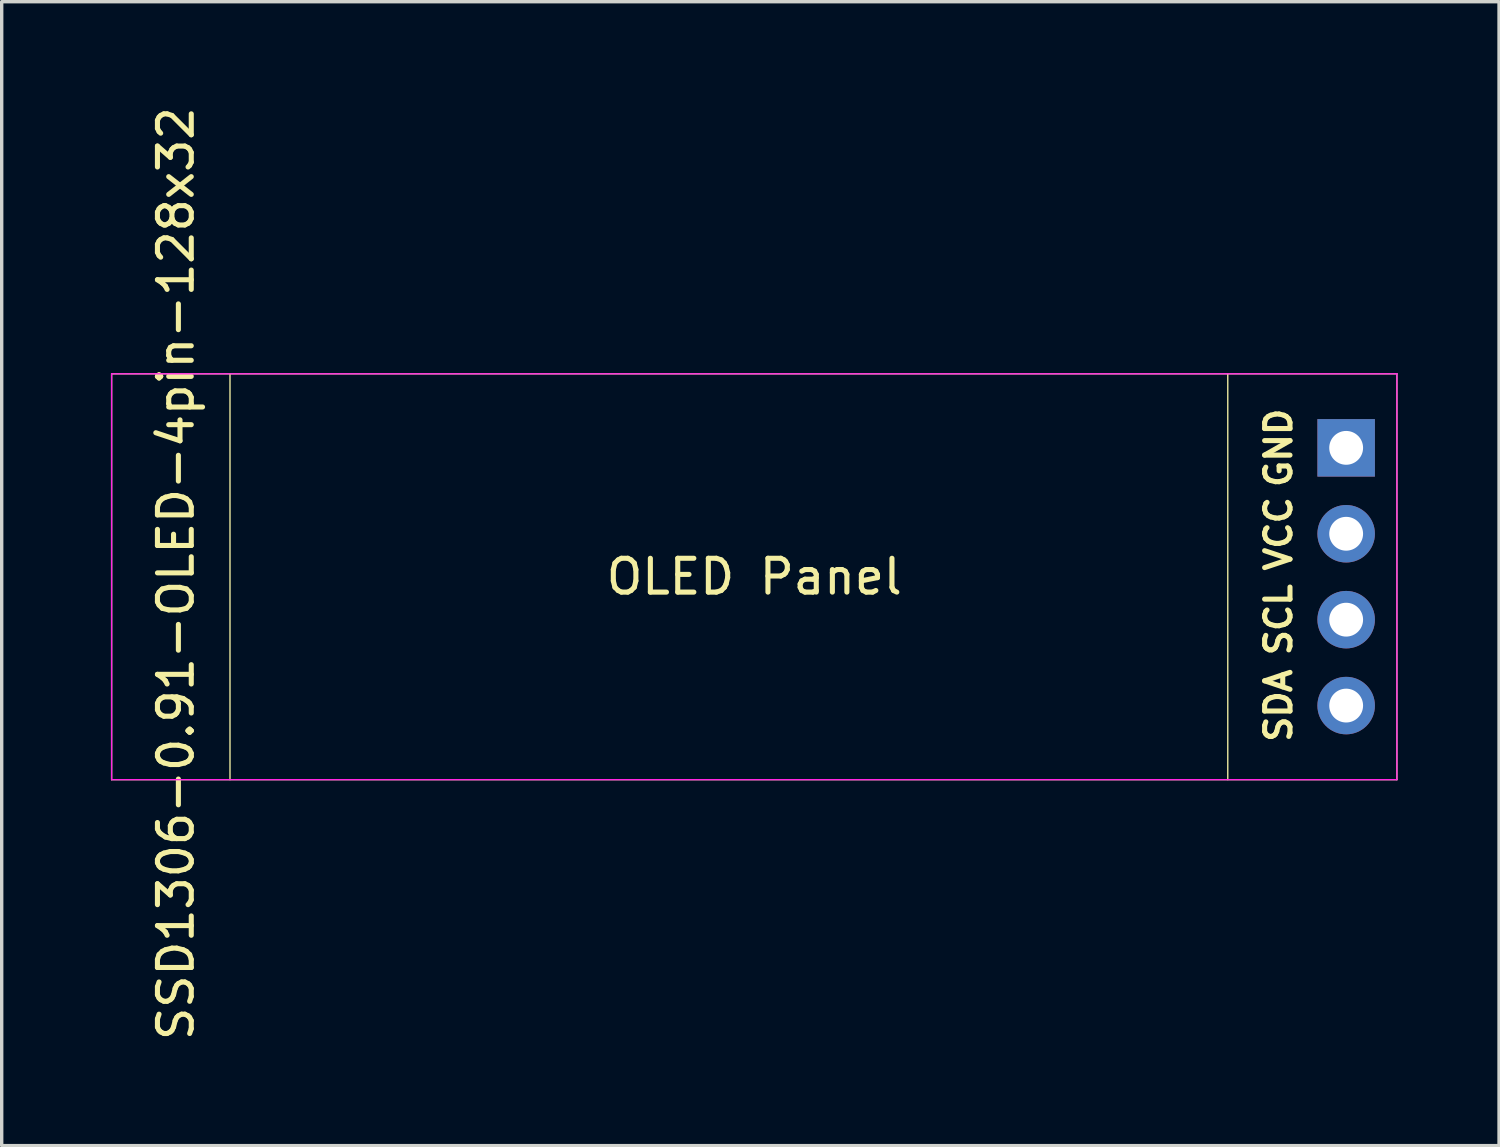
<source format=kicad_pcb>
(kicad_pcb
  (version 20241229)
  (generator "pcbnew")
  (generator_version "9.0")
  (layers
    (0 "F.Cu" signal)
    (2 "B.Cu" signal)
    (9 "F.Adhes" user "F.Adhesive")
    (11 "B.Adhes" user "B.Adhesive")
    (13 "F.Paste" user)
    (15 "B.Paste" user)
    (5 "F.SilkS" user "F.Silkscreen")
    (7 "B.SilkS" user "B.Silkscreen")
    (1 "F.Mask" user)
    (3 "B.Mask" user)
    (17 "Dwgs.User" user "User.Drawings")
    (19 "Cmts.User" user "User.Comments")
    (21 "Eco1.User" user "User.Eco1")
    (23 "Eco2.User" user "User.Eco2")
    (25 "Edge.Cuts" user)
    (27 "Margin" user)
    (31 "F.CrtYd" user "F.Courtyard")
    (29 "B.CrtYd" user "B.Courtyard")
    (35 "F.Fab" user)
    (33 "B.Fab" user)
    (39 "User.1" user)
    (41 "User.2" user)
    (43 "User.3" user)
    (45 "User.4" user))
  (footprint "SSD1306-0.91-OLED-4pin-128x32"
    (layer "F.Cu")
    (at 0.25 8.001)
    (property "Reference" "SSD1306-0.91-OLED-4pin-128x32" (at 1.9 5.91 90) (layer "F.SilkS") (effects (font (size 1 1) (thickness 0.15))))
    (attr through_hole)
    (fp_line (start 0 0) (end 0 12) (stroke (width 0.04) (type solid)) (layer "F.SilkS"))
    (fp_line (start 0 12) (end 38 12) (stroke (width 0.04) (type solid)) (layer "F.SilkS"))
    (fp_line (start 3.5 0) (end 3.5 12) (stroke (width 0.04) (type solid)) (layer "F.SilkS"))
    (fp_line (start 33 0) (end 33 12) (stroke (width 0.04) (type solid)) (layer "F.SilkS"))
    (fp_line (start 38 0) (end 0 0) (stroke (width 0.04) (type solid)) (layer "F.SilkS"))
    (fp_line (start 38 12) (end 38 0) (stroke (width 0.04) (type solid)) (layer "F.SilkS"))
    (fp_line (start 0 0) (end 0 12) (stroke (width 0.04) (type solid)) (layer "F.CrtYd"))
    (fp_line (start 0 12) (end 38 12) (stroke (width 0.04) (type solid)) (layer "F.CrtYd"))
    (fp_line (start 38 0) (end 0 0) (stroke (width 0.04) (type solid)) (layer "F.CrtYd"))
    (fp_line (start 38 12) (end 38 0) (stroke (width 0.04) (type solid)) (layer "F.CrtYd"))
    (fp_text user "SDA" (at 34.5 9.81 270) (layer "F.SilkS") (effects (font (size 0.75 0.75) (thickness 0.15))))
    (fp_text user "VCC" (at 34.5 4.73 270) (layer "F.SilkS") (effects (font (size 0.75 0.75) (thickness 0.15))))
    (fp_text user "OLED Panel" (at 19 6 0) (layer "F.SilkS") (effects (font (size 1 1) (thickness 0.15))))
    (fp_text user "SCL" (at 34.5 7.27 270) (layer "F.SilkS") (effects (font (size 0.75 0.75) (thickness 0.15))))
    (fp_text user "GND" (at 34.5 2.19 270) (layer "F.SilkS") (effects (font (size 0.75 0.75) (thickness 0.15))))
    (pad "1" thru_hole rect (at 36.5 2.19) (size 1.7 1.7) (drill 1) (layers "*.Cu" "*.Mask"))
    (pad "2" thru_hole oval (at 36.5 4.73) (size 1.7 1.7) (drill 1) (layers "*.Cu" "*.Mask"))
    (pad "3" thru_hole oval (at 36.5 7.27) (size 1.7 1.7) (drill 1) (layers "*.Cu" "*.Mask"))
    (pad "4" thru_hole oval (at 36.5 9.81) (size 1.7 1.7) (drill 1) (layers "*.Cu" "*.Mask")))
  (gr_rect
    (start -3 -3)
    (end 41.27 30.821)
    (stroke (width 0.1) (type default))
    (fill no)
    (layer "Edge.Cuts")))
</source>
